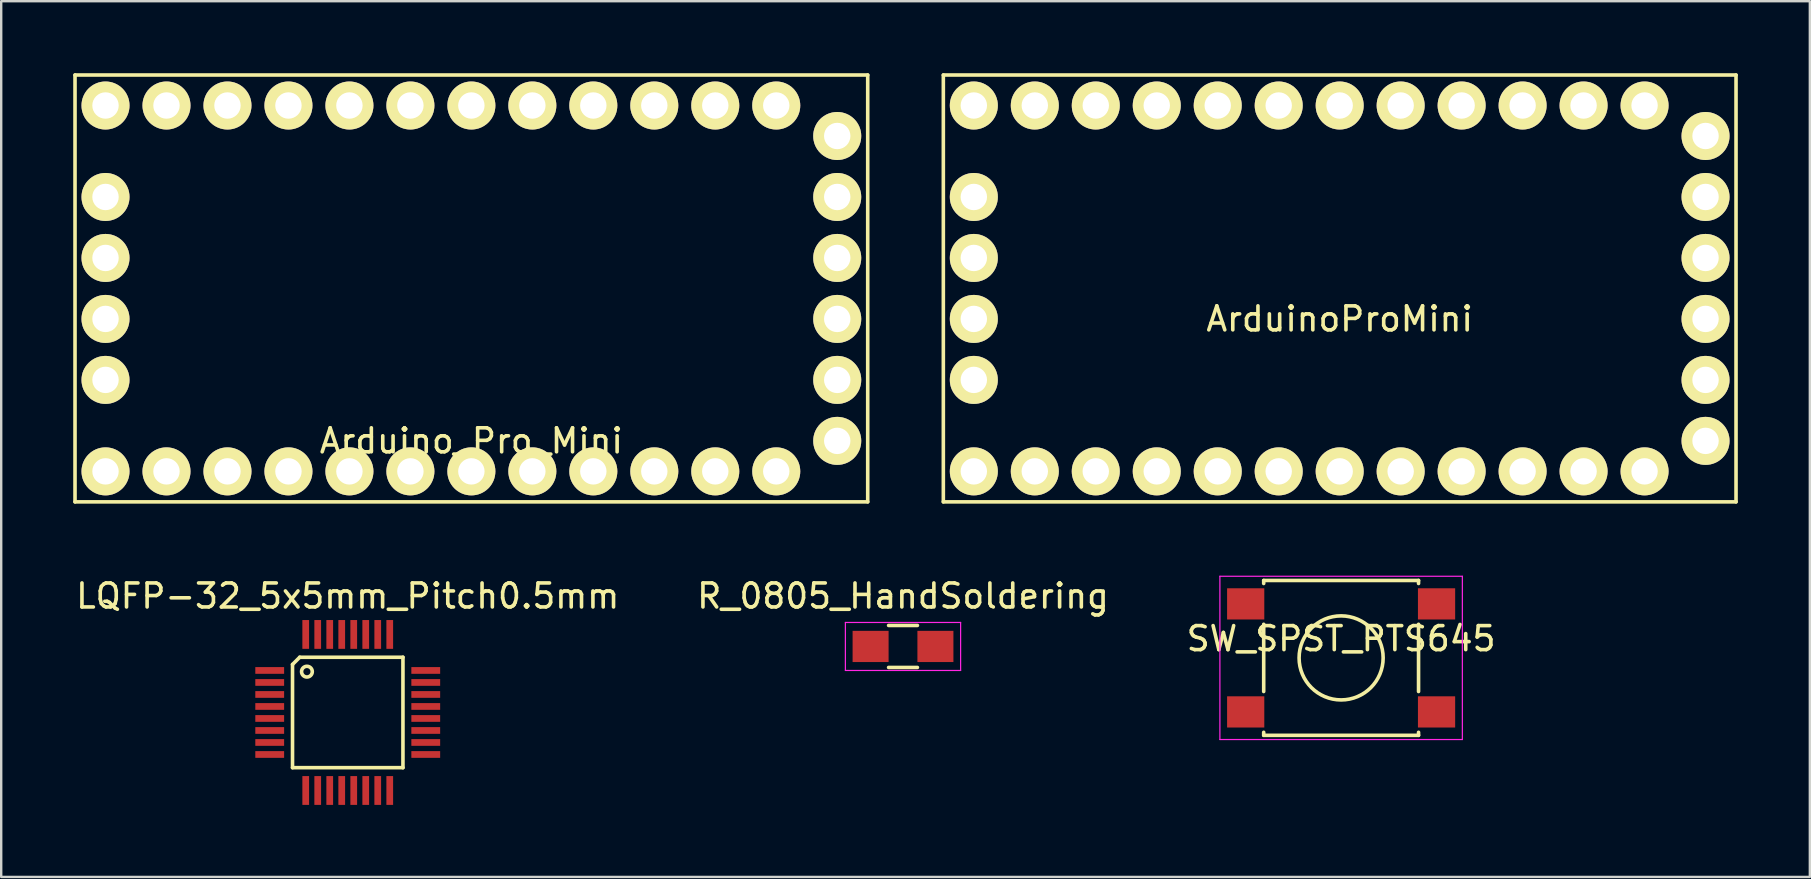
<source format=kicad_pcb>
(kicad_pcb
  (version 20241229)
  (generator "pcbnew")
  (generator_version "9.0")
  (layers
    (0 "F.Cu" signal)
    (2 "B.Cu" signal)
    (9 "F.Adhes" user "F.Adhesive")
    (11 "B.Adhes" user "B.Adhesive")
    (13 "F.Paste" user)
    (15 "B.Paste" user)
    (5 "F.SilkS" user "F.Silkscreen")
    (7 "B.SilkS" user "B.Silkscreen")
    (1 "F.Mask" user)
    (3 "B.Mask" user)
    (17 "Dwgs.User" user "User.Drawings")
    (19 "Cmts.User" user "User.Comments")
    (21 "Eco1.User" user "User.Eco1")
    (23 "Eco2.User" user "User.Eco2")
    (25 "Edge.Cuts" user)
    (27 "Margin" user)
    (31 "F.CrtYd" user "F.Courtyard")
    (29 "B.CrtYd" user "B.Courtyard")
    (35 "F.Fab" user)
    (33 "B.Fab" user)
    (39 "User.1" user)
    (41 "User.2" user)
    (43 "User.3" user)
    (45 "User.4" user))
  (footprint "SW_SPST_PTS645"
    (layer "F.Cu")
    (at 52.815 24.355)
    (property "Reference" "SW_SPST_PTS645" (at 0 -0.8 0) (layer "F.SilkS") (effects (font (size 1 1) (thickness 0.15))))
    (attr through_hole)
    (fp_line (start -3.225 -3.225) (end 3.225 -3.225) (stroke (width 0.15) (type solid)) (layer "F.SilkS"))
    (fp_line (start -3.225 -3.1) (end -3.225 -3.225) (stroke (width 0.15) (type solid)) (layer "F.SilkS"))
    (fp_line (start -3.225 -1.4) (end -3.225 1.4) (stroke (width 0.15) (type solid)) (layer "F.SilkS"))
    (fp_line (start -3.225 3.225) (end -3.225 3.1) (stroke (width 0.15) (type solid)) (layer "F.SilkS"))
    (fp_line (start -3.225 3.225) (end 3.225 3.225) (stroke (width 0.15) (type solid)) (layer "F.SilkS"))
    (fp_line (start 3.225 -3.225) (end 3.225 -3.1) (stroke (width 0.15) (type solid)) (layer "F.SilkS"))
    (fp_line (start 3.225 -1.4) (end 3.225 1.4) (stroke (width 0.15) (type solid)) (layer "F.SilkS"))
    (fp_line (start 3.225 3.225) (end 3.225 3.1) (stroke (width 0.15) (type solid)) (layer "F.SilkS"))
    (fp_circle (center 0 0) (end 1.75 -0.05) (stroke (width 0.15) (type solid)) (fill no) (layer "F.SilkS"))
    (fp_line (start -5.05 -3.4) (end -5.05 3.4) (stroke (width 0.05) (type solid)) (layer "F.CrtYd"))
    (fp_line (start -5.05 -3.4) (end 5.05 -3.4) (stroke (width 0.05) (type solid)) (layer "F.CrtYd"))
    (fp_line (start -5.05 3.4) (end 5.05 3.4) (stroke (width 0.05) (type solid)) (layer "F.CrtYd"))
    (fp_line (start 5.05 3.4) (end 5.05 -3.4) (stroke (width 0.05) (type solid)) (layer "F.CrtYd"))
    (pad "1" smd rect (at -3.975 -2.25) (size 1.55 1.3) (layers "F.Cu" "F.Mask" "F.Paste"))
    (pad "1" smd rect (at 3.975 -2.25) (size 1.55 1.3) (layers "F.Cu" "F.Mask" "F.Paste"))
    (pad "2" smd rect (at -3.975 2.25) (size 1.55 1.3) (layers "F.Cu" "F.Mask" "F.Paste"))
    (pad "2" smd rect (at 3.975 2.25) (size 1.55 1.3) (layers "F.Cu" "F.Mask" "F.Paste")))
  (footprint "R_0805_HandSoldering"
    (layer "F.Cu")
    (at 34.565 23.878)
    (property "Reference" "R_0805_HandSoldering" (at 0 -2.1 0) (layer "F.SilkS") (effects (font (size 1 1) (thickness 0.15))))
    (attr smd)
    (fp_line (start -0.6 -0.875) (end 0.6 -0.875) (stroke (width 0.15) (type solid)) (layer "F.SilkS"))
    (fp_line (start 0.6 0.875) (end -0.6 0.875) (stroke (width 0.15) (type solid)) (layer "F.SilkS"))
    (fp_line (start -2.4 -1) (end -2.4 1) (stroke (width 0.05) (type solid)) (layer "F.CrtYd"))
    (fp_line (start -2.4 -1) (end 2.4 -1) (stroke (width 0.05) (type solid)) (layer "F.CrtYd"))
    (fp_line (start -2.4 1) (end 2.4 1) (stroke (width 0.05) (type solid)) (layer "F.CrtYd"))
    (fp_line (start 2.4 -1) (end 2.4 1) (stroke (width 0.05) (type solid)) (layer "F.CrtYd"))
    (pad "1" smd rect (at -1.35 0) (size 1.5 1.3) (layers "F.Cu" "F.Mask" "F.Paste"))
    (pad "2" smd rect (at 1.35 0) (size 1.5 1.3) (layers "F.Cu" "F.Mask" "F.Paste")))
  (footprint "LQFP-32_5x5mm_Pitch0.5mm"
    (layer "F.Cu")
    (at 11.435 26.628)
    (property "Reference" "LQFP-32_5x5mm_Pitch0.5mm" (at 0 -4.85 0) (layer "F.SilkS") (effects (font (size 1 1) (thickness 0.15))))
    (attr smd)
    (fp_line (start -2.3 2.3) (end -2.3 -2) (stroke (width 0.15) (type solid)) (layer "F.SilkS"))
    (fp_line (start -2.3 2.3) (end 2.3 2.3) (stroke (width 0.15) (type solid)) (layer "F.SilkS"))
    (fp_line (start -2 -2.3) (end -2.3 -2) (stroke (width 0.15) (type solid)) (layer "F.SilkS"))
    (fp_line (start 2.3 -2.3) (end -2 -2.3) (stroke (width 0.15) (type solid)) (layer "F.SilkS"))
    (fp_line (start 2.3 -2.3) (end 2.3 2.3) (stroke (width 0.15) (type solid)) (layer "F.SilkS"))
    (fp_circle (center -1.7 -1.7) (end -1.6 -1.5) (stroke (width 0.15) (type solid)) (fill no) (layer "F.SilkS"))
    (pad "1" smd rect (at -3.25 -1.75) (size 1.2 0.28) (layers "F.Cu" "F.Mask" "F.Paste"))
    (pad "2" smd rect (at -3.25 -1.25) (size 1.2 0.28) (layers "F.Cu" "F.Mask" "F.Paste"))
    (pad "3" smd rect (at -3.25 -0.75) (size 1.2 0.28) (layers "F.Cu" "F.Mask" "F.Paste"))
    (pad "4" smd rect (at -3.25 -0.25) (size 1.2 0.28) (layers "F.Cu" "F.Mask" "F.Paste"))
    (pad "5" smd rect (at -3.25 0.25) (size 1.2 0.28) (layers "F.Cu" "F.Mask" "F.Paste"))
    (pad "6" smd rect (at -3.25 0.75) (size 1.2 0.28) (layers "F.Cu" "F.Mask" "F.Paste"))
    (pad "7" smd rect (at -3.25 1.25) (size 1.2 0.28) (layers "F.Cu" "F.Mask" "F.Paste"))
    (pad "8" smd rect (at -3.25 1.75) (size 1.2 0.28) (layers "F.Cu" "F.Mask" "F.Paste"))
    (pad "9" smd rect (at -1.75 3.25 90) (size 1.2 0.28) (layers "F.Cu" "F.Mask" "F.Paste"))
    (pad "10" smd rect (at -1.25 3.25 90) (size 1.2 0.28) (layers "F.Cu" "F.Mask" "F.Paste"))
    (pad "11" smd rect (at -0.75 3.25 90) (size 1.2 0.28) (layers "F.Cu" "F.Mask" "F.Paste"))
    (pad "12" smd rect (at -0.25 3.25 90) (size 1.2 0.28) (layers "F.Cu" "F.Mask" "F.Paste"))
    (pad "13" smd rect (at 0.25 3.25 90) (size 1.2 0.28) (layers "F.Cu" "F.Mask" "F.Paste"))
    (pad "14" smd rect (at 0.75 3.25 90) (size 1.2 0.28) (layers "F.Cu" "F.Mask" "F.Paste"))
    (pad "15" smd rect (at 1.25 3.25 90) (size 1.2 0.28) (layers "F.Cu" "F.Mask" "F.Paste"))
    (pad "16" smd rect (at 1.75 3.25 90) (size 1.2 0.28) (layers "F.Cu" "F.Mask" "F.Paste"))
    (pad "17" smd rect (at 3.25 1.75) (size 1.2 0.28) (layers "F.Cu" "F.Mask" "F.Paste"))
    (pad "18" smd rect (at 3.25 1.25) (size 1.2 0.28) (layers "F.Cu" "F.Mask" "F.Paste"))
    (pad "19" smd rect (at 3.25 0.75) (size 1.2 0.28) (layers "F.Cu" "F.Mask" "F.Paste"))
    (pad "20" smd rect (at 3.25 0.25) (size 1.2 0.28) (layers "F.Cu" "F.Mask" "F.Paste"))
    (pad "21" smd rect (at 3.25 -0.25) (size 1.2 0.28) (layers "F.Cu" "F.Mask" "F.Paste"))
    (pad "22" smd rect (at 3.25 -0.75) (size 1.2 0.28) (layers "F.Cu" "F.Mask" "F.Paste"))
    (pad "23" smd rect (at 3.25 -1.25) (size 1.2 0.28) (layers "F.Cu" "F.Mask" "F.Paste"))
    (pad "24" smd rect (at 3.25 -1.75) (size 1.2 0.28) (layers "F.Cu" "F.Mask" "F.Paste"))
    (pad "25" smd rect (at 1.75 -3.25 90) (size 1.2 0.28) (layers "F.Cu" "F.Mask" "F.Paste"))
    (pad "26" smd rect (at 1.25 -3.25 90) (size 1.2 0.28) (layers "F.Cu" "F.Mask" "F.Paste"))
    (pad "27" smd rect (at 0.75 -3.25 90) (size 1.2 0.28) (layers "F.Cu" "F.Mask" "F.Paste"))
    (pad "28" smd rect (at 0.25 -3.25 90) (size 1.2 0.28) (layers "F.Cu" "F.Mask" "F.Paste"))
    (pad "29" smd rect (at -0.25 -3.25 90) (size 1.2 0.28) (layers "F.Cu" "F.Mask" "F.Paste"))
    (pad "30" smd rect (at -0.75 -3.25 90) (size 1.2 0.28) (layers "F.Cu" "F.Mask" "F.Paste"))
    (pad "31" smd rect (at -1.25 -3.25 90) (size 1.2 0.28) (layers "F.Cu" "F.Mask" "F.Paste"))
    (pad "32" smd rect (at -1.75 -3.25 90) (size 1.2 0.28) (layers "F.Cu" "F.Mask" "F.Paste")))
  (footprint "ArduinoProMini"
    (layer "F.Cu")
    (at 52.755 8.965)
    (property "Reference" "ArduinoProMini" (at 0 1.27 0) (layer "F.SilkS") (effects (font (size 1 1) (thickness 0.15))))
    (attr through_hole)
    (fp_line (start -16.51 -8.89) (end -16.51 8.89) (stroke (width 0.15) (type solid)) (layer "F.SilkS"))
    (fp_line (start -16.51 8.89) (end 16.51 8.89) (stroke (width 0.15) (type solid)) (layer "F.SilkS"))
    (fp_line (start 16.51 -8.89) (end -16.51 -8.89) (stroke (width 0.15) (type solid)) (layer "F.SilkS"))
    (fp_line (start 16.51 8.89) (end 16.51 -8.89) (stroke (width 0.15) (type solid)) (layer "F.SilkS"))
    (pad "1" thru_hole circle (at 5.08 -7.62) (size 2 2) (drill 1.1) (layers "*.Cu" "*.Mask" "F.SilkS"))
    (pad "2" thru_hole circle (at 2.54 -7.62) (size 2 2) (drill 1.1) (layers "*.Cu" "*.Mask" "F.SilkS"))
    (pad "3" thru_hole circle (at 0 -7.62) (size 2 2) (drill 1.1) (layers "*.Cu" "*.Mask" "F.SilkS"))
    (pad "4" thru_hole circle (at -2.54 -7.62) (size 2 2) (drill 1.1) (layers "*.Cu" "*.Mask" "F.SilkS"))
    (pad "5" thru_hole circle (at -5.08 -7.62) (size 2 2) (drill 1.1) (layers "*.Cu" "*.Mask" "F.SilkS"))
    (pad "6" thru_hole circle (at -7.62 -7.62) (size 2 2) (drill 1.1) (layers "*.Cu" "*.Mask" "F.SilkS"))
    (pad "7" thru_hole circle (at -10.16 -7.62) (size 2 2) (drill 1.1) (layers "*.Cu" "*.Mask" "F.SilkS"))
    (pad "8" thru_hole circle (at -12.7 -7.62) (size 2 2) (drill 1.1) (layers "*.Cu" "*.Mask" "F.SilkS"))
    (pad "9" thru_hole circle (at -15.24 -7.62) (size 2 2) (drill 1.1) (layers "*.Cu" "*.Mask" "F.SilkS"))
    (pad "10" thru_hole circle (at -15.24 7.62) (size 2 2) (drill 1.1) (layers "*.Cu" "*.Mask" "F.SilkS"))
    (pad "11" thru_hole circle (at -12.7 7.62) (size 2 2) (drill 1.1) (layers "*.Cu" "*.Mask" "F.SilkS"))
    (pad "12" thru_hole circle (at -10.16 7.62) (size 2 2) (drill 1.1) (layers "*.Cu" "*.Mask" "F.SilkS"))
    (pad "13" thru_hole circle (at -7.62 7.62) (size 2 2) (drill 1.1) (layers "*.Cu" "*.Mask" "F.SilkS"))
    (pad "14" thru_hole circle (at -5.08 7.62) (size 2 2) (drill 1.1) (layers "*.Cu" "*.Mask" "F.SilkS"))
    (pad "15" thru_hole circle (at -2.54 7.62) (size 2 2) (drill 1.1) (layers "*.Cu" "*.Mask" "F.SilkS"))
    (pad "16" thru_hole circle (at 0 7.62) (size 2 2) (drill 1.1) (layers "*.Cu" "*.Mask" "F.SilkS"))
    (pad "17" thru_hole circle (at 2.54 7.62) (size 2 2) (drill 1.1) (layers "*.Cu" "*.Mask" "F.SilkS"))
    (pad "18" thru_hole circle (at -15.24 -3.81) (size 2 2) (drill 1.1) (layers "*.Cu" "*.Mask" "F.SilkS"))
    (pad "19" thru_hole circle (at -15.24 -1.27) (size 2 2) (drill 1.1) (layers "*.Cu" "*.Mask" "F.SilkS"))
    (pad "20" thru_hole circle (at -15.24 1.27) (size 2 2) (drill 1.1) (layers "*.Cu" "*.Mask" "F.SilkS"))
    (pad "21" thru_hole circle (at -15.24 3.81) (size 2 2) (drill 1.1) (layers "*.Cu" "*.Mask" "F.SilkS"))
    (pad "22" thru_hole circle (at 5.08 7.62) (size 2 2) (drill 1.1) (layers "*.Cu" "*.Mask" "F.SilkS"))
    (pad "23" thru_hole circle (at 7.62 7.62) (size 2 2) (drill 1.1) (layers "*.Cu" "*.Mask" "F.SilkS"))
    (pad "24" thru_hole circle (at 10.16 7.62) (size 2 2) (drill 1.1) (layers "*.Cu" "*.Mask" "F.SilkS"))
    (pad "25" thru_hole circle (at 12.7 7.62) (size 2 2) (drill 1.1) (layers "*.Cu" "*.Mask" "F.SilkS"))
    (pad "26" thru_hole circle (at 15.24 6.35) (size 2 2) (drill 1.1) (layers "*.Cu" "*.Mask" "F.SilkS"))
    (pad "27" thru_hole circle (at 15.24 3.81) (size 2 2) (drill 1.1) (layers "*.Cu" "*.Mask" "F.SilkS"))
    (pad "28" thru_hole circle (at 15.24 1.27) (size 2 2) (drill 1.1) (layers "*.Cu" "*.Mask" "F.SilkS"))
    (pad "29" thru_hole circle (at 15.24 -1.27) (size 2 2) (drill 1.1) (layers "*.Cu" "*.Mask" "F.SilkS"))
    (pad "30" thru_hole circle (at 15.24 -3.81) (size 2 2) (drill 1.1) (layers "*.Cu" "*.Mask" "F.SilkS"))
    (pad "31" thru_hole circle (at 15.24 -6.35) (size 2 2) (drill 1.1) (layers "*.Cu" "*.Mask" "F.SilkS"))
    (pad "32" thru_hole circle (at 12.7 -7.62) (size 2 2) (drill 1.1) (layers "*.Cu" "*.Mask" "F.SilkS"))
    (pad "33" thru_hole circle (at 10.16 -7.62) (size 2 2) (drill 1.1) (layers "*.Cu" "*.Mask" "F.SilkS"))
    (pad "34" thru_hole circle (at 7.62 -7.62) (size 2 2) (drill 1.1) (layers "*.Cu" "*.Mask" "F.SilkS")))
  (footprint "Arduino_Pro_Mini"
    (layer "F.Cu")
    (at 16.585 8.965)
    (property "Reference" "Arduino_Pro_Mini" (at 0 6.35 0) (layer "F.SilkS") (effects (font (size 1 1) (thickness 0.15))))
    (attr through_hole)
    (fp_line (start -16.51 -8.89) (end -16.51 8.89) (stroke (width 0.15) (type solid)) (layer "F.SilkS"))
    (fp_line (start -16.51 8.89) (end 16.51 8.89) (stroke (width 0.15) (type solid)) (layer "F.SilkS"))
    (fp_line (start 16.51 -8.89) (end -16.51 -8.89) (stroke (width 0.15) (type solid)) (layer "F.SilkS"))
    (fp_line (start 16.51 8.89) (end 16.51 -8.89) (stroke (width 0.15) (type solid)) (layer "F.SilkS"))
    (pad "1" thru_hole circle (at 5.08 -7.62) (size 2 2) (drill 1.1) (layers "*.Cu" "*.Mask" "F.SilkS"))
    (pad "2" thru_hole circle (at 2.54 -7.62) (size 2 2) (drill 1.1) (layers "*.Cu" "*.Mask" "F.SilkS"))
    (pad "3" thru_hole circle (at 0 -7.62) (size 2 2) (drill 1.1) (layers "*.Cu" "*.Mask" "F.SilkS"))
    (pad "4" thru_hole circle (at -2.54 -7.62) (size 2 2) (drill 1.1) (layers "*.Cu" "*.Mask" "F.SilkS"))
    (pad "5" thru_hole circle (at -5.08 -7.62) (size 2 2) (drill 1.1) (layers "*.Cu" "*.Mask" "F.SilkS"))
    (pad "6" thru_hole circle (at -7.62 -7.62) (size 2 2) (drill 1.1) (layers "*.Cu" "*.Mask" "F.SilkS"))
    (pad "7" thru_hole circle (at -10.16 -7.62) (size 2 2) (drill 1.1) (layers "*.Cu" "*.Mask" "F.SilkS"))
    (pad "8" thru_hole circle (at -12.7 -7.62) (size 2 2) (drill 1.1) (layers "*.Cu" "*.Mask" "F.SilkS"))
    (pad "9" thru_hole circle (at -15.24 -7.62) (size 2 2) (drill 1.1) (layers "*.Cu" "*.Mask" "F.SilkS"))
    (pad "10" thru_hole circle (at -15.24 7.62) (size 2 2) (drill 1.1) (layers "*.Cu" "*.Mask" "F.SilkS"))
    (pad "11" thru_hole circle (at -12.7 7.62) (size 2 2) (drill 1.1) (layers "*.Cu" "*.Mask" "F.SilkS"))
    (pad "12" thru_hole circle (at -10.16 7.62) (size 2 2) (drill 1.1) (layers "*.Cu" "*.Mask" "F.SilkS"))
    (pad "13" thru_hole circle (at -7.62 7.62) (size 2 2) (drill 1.1) (layers "*.Cu" "*.Mask" "F.SilkS"))
    (pad "14" thru_hole circle (at -5.08 7.62) (size 2 2) (drill 1.1) (layers "*.Cu" "*.Mask" "F.SilkS"))
    (pad "15" thru_hole circle (at -2.54 7.62) (size 2 2) (drill 1.1) (layers "*.Cu" "*.Mask" "F.SilkS"))
    (pad "16" thru_hole circle (at 0 7.62) (size 2 2) (drill 1.1) (layers "*.Cu" "*.Mask" "F.SilkS"))
    (pad "17" thru_hole circle (at 2.54 7.62) (size 2 2) (drill 1.1) (layers "*.Cu" "*.Mask" "F.SilkS"))
    (pad "18" thru_hole circle (at -15.24 -3.81) (size 2 2) (drill 1.1) (layers "*.Cu" "*.Mask" "F.SilkS"))
    (pad "19" thru_hole circle (at -15.24 -1.27) (size 2 2) (drill 1.1) (layers "*.Cu" "*.Mask" "F.SilkS"))
    (pad "20" thru_hole circle (at -15.24 1.27) (size 2 2) (drill 1.1) (layers "*.Cu" "*.Mask" "F.SilkS"))
    (pad "21" thru_hole circle (at -15.24 3.81) (size 2 2) (drill 1.1) (layers "*.Cu" "*.Mask" "F.SilkS"))
    (pad "22" thru_hole circle (at 5.08 7.62) (size 2 2) (drill 1.1) (layers "*.Cu" "*.Mask" "F.SilkS"))
    (pad "23" thru_hole circle (at 7.62 7.62) (size 2 2) (drill 1.1) (layers "*.Cu" "*.Mask" "F.SilkS"))
    (pad "24" thru_hole circle (at 10.16 7.62) (size 2 2) (drill 1.1) (layers "*.Cu" "*.Mask" "F.SilkS"))
    (pad "25" thru_hole circle (at 12.7 7.62) (size 2 2) (drill 1.1) (layers "*.Cu" "*.Mask" "F.SilkS"))
    (pad "26" thru_hole circle (at 15.24 6.35) (size 2 2) (drill 1.1) (layers "*.Cu" "*.Mask" "F.SilkS"))
    (pad "27" thru_hole circle (at 15.24 3.81) (size 2 2) (drill 1.1) (layers "*.Cu" "*.Mask" "F.SilkS"))
    (pad "28" thru_hole circle (at 15.24 1.27) (size 2 2) (drill 1.1) (layers "*.Cu" "*.Mask" "F.SilkS"))
    (pad "29" thru_hole circle (at 15.24 -1.27) (size 2 2) (drill 1.1) (layers "*.Cu" "*.Mask" "F.SilkS"))
    (pad "30" thru_hole circle (at 15.24 -3.81) (size 2 2) (drill 1.1) (layers "*.Cu" "*.Mask" "F.SilkS"))
    (pad "31" thru_hole circle (at 15.24 -6.35) (size 2 2) (drill 1.1) (layers "*.Cu" "*.Mask" "F.SilkS"))
    (pad "32" thru_hole circle (at 12.7 -7.62) (size 2 2) (drill 1.1) (layers "*.Cu" "*.Mask" "F.SilkS"))
    (pad "33" thru_hole circle (at 10.16 -7.62) (size 2 2) (drill 1.1) (layers "*.Cu" "*.Mask" "F.SilkS"))
    (pad "34" thru_hole circle (at 7.62 -7.62) (size 2 2) (drill 1.1) (layers "*.Cu" "*.Mask" "F.SilkS")))
  (gr_rect
    (start -3 -3)
    (end 72.34 33.478)
    (stroke (width 0.1) (type default))
    (fill no)
    (layer "Edge.Cuts")))
</source>
